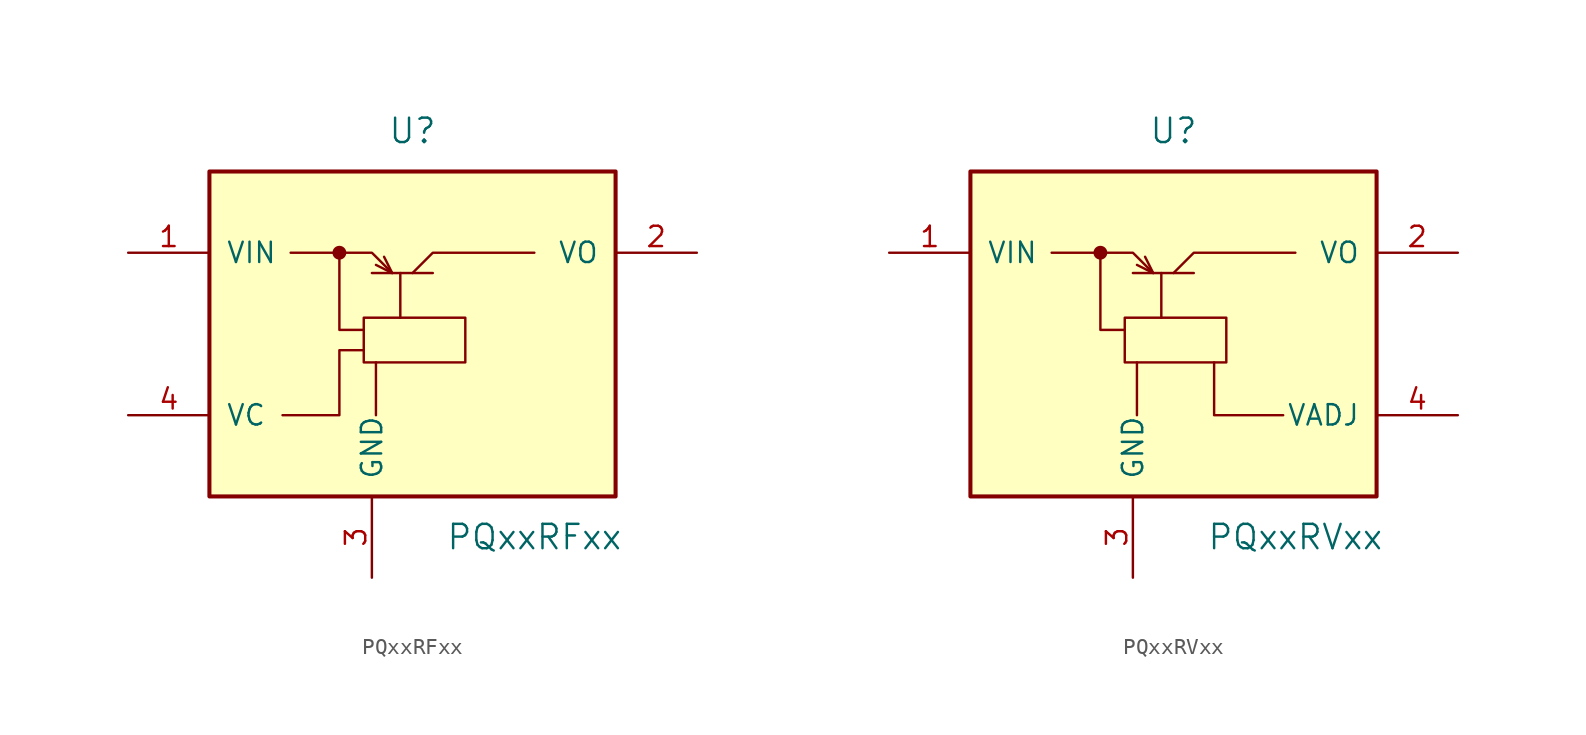
<source format=kicad_sym>
(kicad_symbol_lib
  (version 20231120)
  (generator "kicad_symbol_editor")
  (generator_version "8.0")
  (symbol "PQxxRFxx"
    (pin_names
      (offset 1.016))
    (property "Reference" "U"
      (at 0 12.7 0)
      (effects (font (size 1.524 1.524))))
    (property "Value" "PQxxRFxx"
      (at 7.62 -12.7 0)
      (effects (font (size 1.524 1.524))))
    (symbol "PQxxRFxx_0_1"
      (circle (center -4.572 5.08) (radius 0.356) (stroke (width 0) (type solid)) (fill (type outline)))
      (rectangle (start -3.048 1.016) (end 3.302 -1.778) (stroke (width 0) (type solid)) (fill (type none)))
      (polyline (pts (xy -2.54 3.81) (xy 1.27 3.81)) (stroke (width 0) (type solid)) (fill (type none)))
      (polyline (pts (xy -2.286 -1.778) (xy -2.286 -5.08)) (stroke (width 0) (type solid)) (fill (type none)))
      (polyline (pts (xy -0.762 3.81) (xy -0.762 1.016)) (stroke (width 0) (type solid)) (fill (type none)))
      (polyline (pts (xy -7.62 5.08) (xy -2.54 5.08) (xy -1.27 3.81)) (stroke (width 0) (type solid)) (fill (type none)))
      (polyline (pts (xy -4.572 5.08) (xy -4.572 0.254) (xy -3.048 0.254)) (stroke (width 0) (type solid)) (fill (type none)))
      (polyline (pts (xy -2.286 4.318) (xy -1.27 3.81) (xy -1.778 4.826)) (stroke (width 0) (type solid)) (fill (type none)))
      (polyline (pts (xy 0 3.81) (xy 1.27 5.08) (xy 7.62 5.08)) (stroke (width 0) (type solid)) (fill (type none)))
      (polyline (pts (xy -3.048 -1.016) (xy -4.572 -1.016) (xy -4.572 -5.08) (xy -8.128 -5.08)) (stroke (width 0) (type solid)) (fill (type none))))
    (symbol "PQxxRFxx_1_1"
      (rectangle (start -12.7 10.16) (end 12.7 -10.16) (stroke (width 0.254) (type solid)) (fill (type background)))
      (pin power_in line (at -17.78 5.08 0) (length 5.08) (name "VIN" (effects (font (size 1.27 1.27)))) (number "1" (effects (font (size 1.27 1.27)))))
      (pin power_out line (at 17.78 5.08 180) (length 5.08) (name "VO" (effects (font (size 1.27 1.27)))) (number "2" (effects (font (size 1.27 1.27)))))
      (pin power_in line (at -2.54 -15.24 90) (length 5.08) (name "GND" (effects (font (size 1.27 1.27)))) (number "3" (effects (font (size 1.27 1.27)))))
      (pin input line (at -17.78 -5.08 0) (length 5.08) (name "VC" (effects (font (size 1.27 1.27)))) (number "4" (effects (font (size 1.27 1.27)))))))
  (symbol "PQxxRVxx"
    (pin_names
      (offset 1.016))
    (property "Reference" "U"
      (at 0 12.7 0)
      (effects (font (size 1.524 1.524))))
    (property "Value" "PQxxRVxx"
      (at 7.62 -12.7 0)
      (effects (font (size 1.524 1.524))))
    (symbol "PQxxRVxx_0_1"
      (circle (center -4.572 5.08) (radius 0.356) (stroke (width 0) (type solid)) (fill (type outline)))
      (rectangle (start -3.048 1.016) (end 3.302 -1.778) (stroke (width 0) (type solid)) (fill (type none)))
      (polyline (pts (xy -2.54 3.81) (xy 1.27 3.81)) (stroke (width 0) (type solid)) (fill (type none)))
      (polyline (pts (xy -2.286 -1.778) (xy -2.286 -5.08)) (stroke (width 0) (type solid)) (fill (type none)))
      (polyline (pts (xy -0.762 3.81) (xy -0.762 1.016)) (stroke (width 0) (type solid)) (fill (type none)))
      (polyline (pts (xy -7.62 5.08) (xy -2.54 5.08) (xy -1.27 3.81)) (stroke (width 0) (type solid)) (fill (type none)))
      (polyline (pts (xy -4.572 5.08) (xy -4.572 0.254) (xy -3.048 0.254)) (stroke (width 0) (type solid)) (fill (type none)))
      (polyline (pts (xy -2.286 4.318) (xy -1.27 3.81) (xy -1.778 4.826)) (stroke (width 0) (type solid)) (fill (type none)))
      (polyline (pts (xy 0 3.81) (xy 1.27 5.08) (xy 7.62 5.08)) (stroke (width 0) (type solid)) (fill (type none)))
      (polyline (pts (xy 2.54 -1.778) (xy 2.54 -5.08) (xy 6.858 -5.08)) (stroke (width 0) (type solid)) (fill (type none))))
    (symbol "PQxxRVxx_1_1"
      (rectangle (start -12.7 10.16) (end 12.7 -10.16) (stroke (width 0.254) (type solid)) (fill (type background)))
      (pin power_in line (at -17.78 5.08 0) (length 5.08) (name "VIN" (effects (font (size 1.27 1.27)))) (number "1" (effects (font (size 1.27 1.27)))))
      (pin power_out line (at 17.78 5.08 180) (length 5.08) (name "VO" (effects (font (size 1.27 1.27)))) (number "2" (effects (font (size 1.27 1.27)))))
      (pin power_in line (at -2.54 -15.24 90) (length 5.08) (name "GND" (effects (font (size 1.27 1.27)))) (number "3" (effects (font (size 1.27 1.27)))))
      (pin input line (at 17.78 -5.08 180) (length 5.08) (name "VADJ" (effects (font (size 1.27 1.27)))) (number "4" (effects (font (size 1.27 1.27))))))))
</source>
